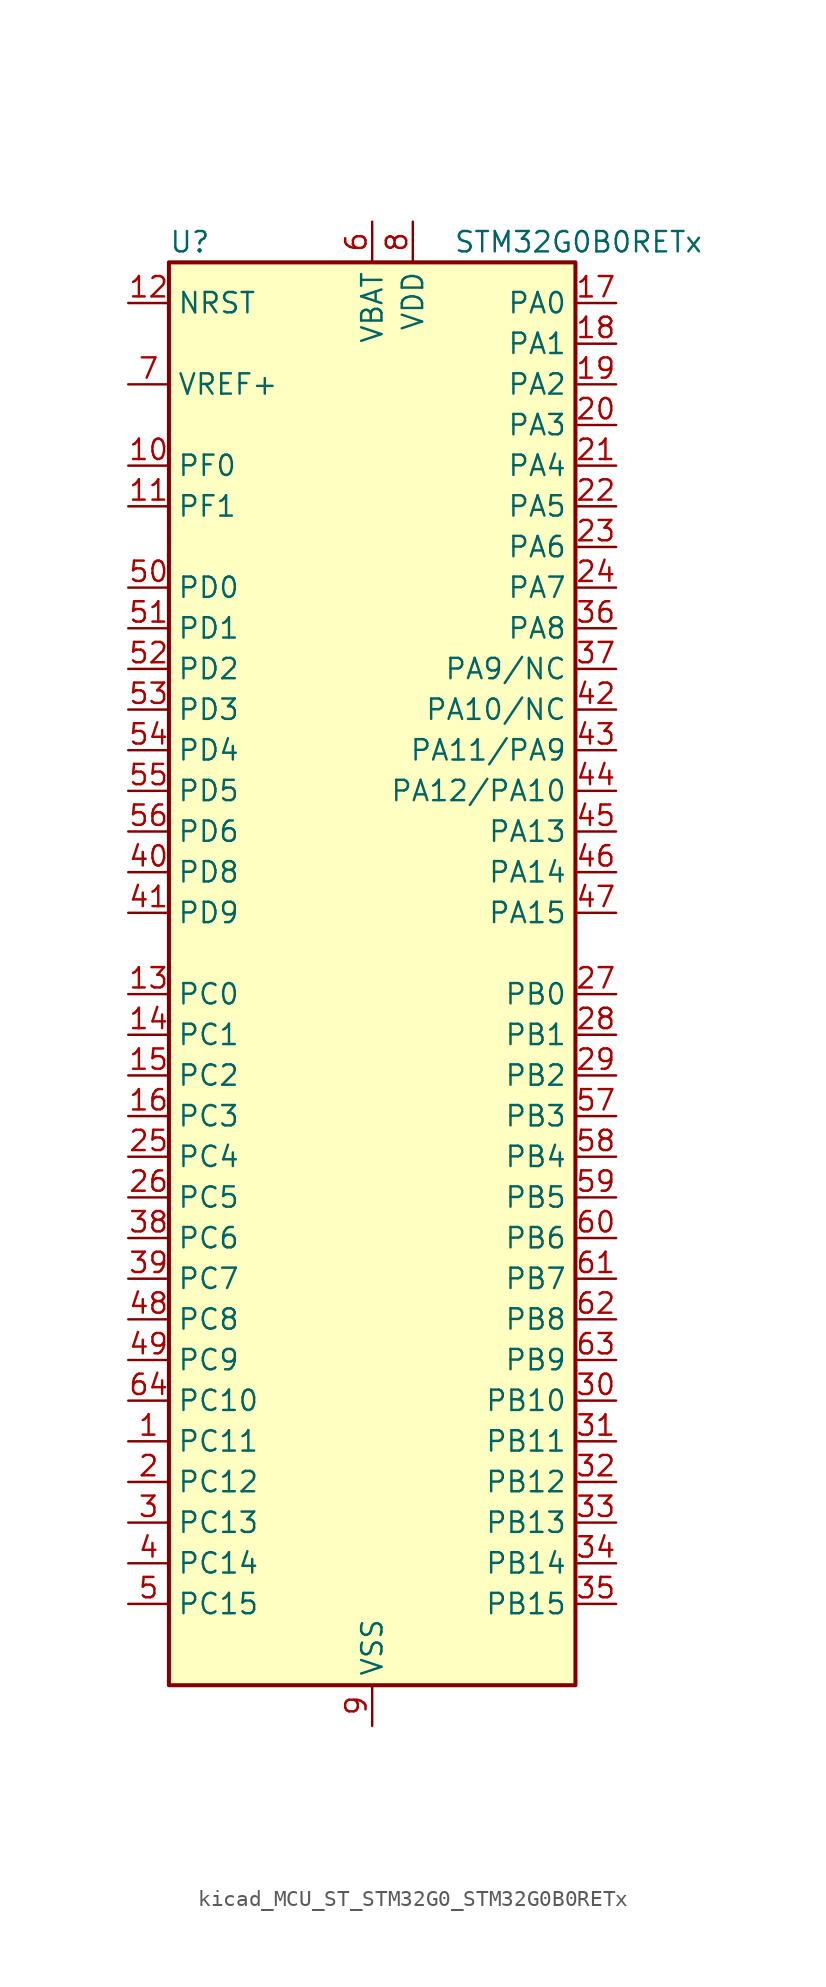
<source format=kicad_sym>
(kicad_symbol_lib
  (version 20220914)
  (generator kicad_symbol_editor)
  (symbol "kicad_MCU_ST_STM32G0_STM32G0B0RETx"
    (property "Reference" "U"
      (at -12.7 46.99 0)
      (effects (font (size 1.27 1.27)) (justify left)))
    (property "Value" "STM32G0B0RETx"
      (at 5.08 46.99 0)
      (effects (font (size 1.27 1.27)) (justify left)))
    (property "ki_locked" ""
      (at 0 0 0)
      (effects (font (size 1.27 1.27))))
    (symbol "kicad_MCU_ST_STM32G0_STM32G0B0RETx_0_1"
      (rectangle (start -12.7 -43.18) (end 12.7 45.72) (stroke (width 0.254) (type default)) (fill (type background))))
    (symbol "kicad_MCU_ST_STM32G0_STM32G0B0RETx_1_1"
      (pin bidirectional line (at -15.24 -27.94 0) (length 2.54) (name "PC11" (effects (font (size 1.27 1.27)))) (number "1" (effects (font (size 1.27 1.27)))) (alternate "ADC1_EXTI11" bidirectional line) (alternate "SPI3_MISO" bidirectional line) (alternate "TIM1_CH4" bidirectional line) (alternate "USART3_RX" bidirectional line) (alternate "USART4_RX" bidirectional line))
      (pin bidirectional line (at -15.24 33.02 0) (length 2.54) (name "PF0" (effects (font (size 1.27 1.27)))) (number "10" (effects (font (size 1.27 1.27)))) (alternate "CRS1_SYNC" bidirectional line) (alternate "RCC_OSC_IN" bidirectional line) (alternate "TIM14_CH1" bidirectional line))
      (pin bidirectional line (at -15.24 30.48 0) (length 2.54) (name "PF1" (effects (font (size 1.27 1.27)))) (number "11" (effects (font (size 1.27 1.27)))) (alternate "RCC_OSC_EN" bidirectional line) (alternate "RCC_OSC_OUT" bidirectional line) (alternate "TIM15_CH1N" bidirectional line))
      (pin input line (at -15.24 43.18 0) (length 2.54) (name "NRST" (effects (font (size 1.27 1.27)))) (number "12" (effects (font (size 1.27 1.27)))))
      (pin bidirectional line (at -15.24 0 0) (length 2.54) (name "PC0" (effects (font (size 1.27 1.27)))) (number "13" (effects (font (size 1.27 1.27)))) (alternate "I2C3_SCL" bidirectional line) (alternate "USART6_TX" bidirectional line))
      (pin bidirectional line (at -15.24 -2.54 0) (length 2.54) (name "PC1" (effects (font (size 1.27 1.27)))) (number "14" (effects (font (size 1.27 1.27)))) (alternate "I2C3_SDA" bidirectional line) (alternate "TIM15_CH1" bidirectional line) (alternate "USART6_RX" bidirectional line))
      (pin bidirectional line (at -15.24 -5.08 0) (length 2.54) (name "PC2" (effects (font (size 1.27 1.27)))) (number "15" (effects (font (size 1.27 1.27)))) (alternate "I2S2_MCK" bidirectional line) (alternate "SPI2_MISO" bidirectional line) (alternate "TIM15_CH2" bidirectional line))
      (pin bidirectional line (at -15.24 -7.62 0) (length 2.54) (name "PC3" (effects (font (size 1.27 1.27)))) (number "16" (effects (font (size 1.27 1.27)))) (alternate "I2S2_SD" bidirectional line) (alternate "SPI2_MOSI" bidirectional line))
      (pin bidirectional line (at 15.24 43.18 180) (length 2.54) (name "PA0" (effects (font (size 1.27 1.27)))) (number "17" (effects (font (size 1.27 1.27)))) (alternate "ADC1_IN0" bidirectional line) (alternate "I2S2_CK" bidirectional line) (alternate "RTC_TAMP_IN2" bidirectional line) (alternate "SPI2_SCK" bidirectional line) (alternate "SYS_WKUP1" bidirectional line) (alternate "USART2_CTS" bidirectional line) (alternate "USART2_NSS" bidirectional line) (alternate "USART4_TX" bidirectional line))
      (pin bidirectional line (at 15.24 40.64 180) (length 2.54) (name "PA1" (effects (font (size 1.27 1.27)))) (number "18" (effects (font (size 1.27 1.27)))) (alternate "ADC1_IN1" bidirectional line) (alternate "I2C1_SMBA" bidirectional line) (alternate "I2S1_CK" bidirectional line) (alternate "SPI1_SCK" bidirectional line) (alternate "TIM15_CH1N" bidirectional line) (alternate "USART2_CK" bidirectional line) (alternate "USART2_DE" bidirectional line) (alternate "USART2_RTS" bidirectional line) (alternate "USART4_RX" bidirectional line))
      (pin bidirectional line (at 15.24 38.1 180) (length 2.54) (name "PA2" (effects (font (size 1.27 1.27)))) (number "19" (effects (font (size 1.27 1.27)))) (alternate "ADC1_IN2" bidirectional line) (alternate "I2S1_SD" bidirectional line) (alternate "RCC_LSCO" bidirectional line) (alternate "SPI1_MOSI" bidirectional line) (alternate "SYS_WKUP4" bidirectional line) (alternate "TIM15_CH1" bidirectional line) (alternate "USART2_TX" bidirectional line))
      (pin bidirectional line (at -15.24 -30.48 0) (length 2.54) (name "PC12" (effects (font (size 1.27 1.27)))) (number "2" (effects (font (size 1.27 1.27)))) (alternate "SPI3_MOSI" bidirectional line) (alternate "TIM14_CH1" bidirectional line) (alternate "USART5_TX" bidirectional line))
      (pin bidirectional line (at 15.24 35.56 180) (length 2.54) (name "PA3" (effects (font (size 1.27 1.27)))) (number "20" (effects (font (size 1.27 1.27)))) (alternate "ADC1_IN3" bidirectional line) (alternate "I2S2_MCK" bidirectional line) (alternate "SPI2_MISO" bidirectional line) (alternate "TIM15_CH2" bidirectional line) (alternate "USART2_RX" bidirectional line))
      (pin bidirectional line (at 15.24 33.02 180) (length 2.54) (name "PA4" (effects (font (size 1.27 1.27)))) (number "21" (effects (font (size 1.27 1.27)))) (alternate "ADC1_IN4" bidirectional line) (alternate "I2S1_WS" bidirectional line) (alternate "I2S2_SD" bidirectional line) (alternate "RTC_OUT2" bidirectional line) (alternate "SPI1_NSS" bidirectional line) (alternate "SPI2_MOSI" bidirectional line) (alternate "SPI3_NSS" bidirectional line) (alternate "TIM14_CH1" bidirectional line) (alternate "USART6_TX" bidirectional line) (alternate "USB_NOE" bidirectional line))
      (pin bidirectional line (at 15.24 30.48 180) (length 2.54) (name "PA5" (effects (font (size 1.27 1.27)))) (number "22" (effects (font (size 1.27 1.27)))) (alternate "ADC1_IN5" bidirectional line) (alternate "I2S1_CK" bidirectional line) (alternate "SPI1_SCK" bidirectional line) (alternate "USART3_TX" bidirectional line) (alternate "USART6_RX" bidirectional line))
      (pin bidirectional line (at 15.24 27.94 180) (length 2.54) (name "PA6" (effects (font (size 1.27 1.27)))) (number "23" (effects (font (size 1.27 1.27)))) (alternate "ADC1_IN6" bidirectional line) (alternate "I2C2_SDA" bidirectional line) (alternate "I2C3_SDA" bidirectional line) (alternate "I2S1_MCK" bidirectional line) (alternate "SPI1_MISO" bidirectional line) (alternate "TIM16_CH1" bidirectional line) (alternate "TIM1_BK" bidirectional line) (alternate "TIM3_CH1" bidirectional line) (alternate "USART3_CTS" bidirectional line) (alternate "USART3_NSS" bidirectional line) (alternate "USART6_CTS" bidirectional line) (alternate "USART6_NSS" bidirectional line))
      (pin bidirectional line (at 15.24 25.4 180) (length 2.54) (name "PA7" (effects (font (size 1.27 1.27)))) (number "24" (effects (font (size 1.27 1.27)))) (alternate "ADC1_IN7" bidirectional line) (alternate "I2C2_SCL" bidirectional line) (alternate "I2C3_SCL" bidirectional line) (alternate "I2S1_SD" bidirectional line) (alternate "SPI1_MOSI" bidirectional line) (alternate "TIM14_CH1" bidirectional line) (alternate "TIM17_CH1" bidirectional line) (alternate "TIM1_CH1N" bidirectional line) (alternate "TIM3_CH2" bidirectional line) (alternate "USART6_CK" bidirectional line) (alternate "USART6_DE" bidirectional line) (alternate "USART6_RTS" bidirectional line))
      (pin bidirectional line (at -15.24 -10.16 0) (length 2.54) (name "PC4" (effects (font (size 1.27 1.27)))) (number "25" (effects (font (size 1.27 1.27)))) (alternate "ADC1_IN17" bidirectional line) (alternate "USART1_TX" bidirectional line) (alternate "USART3_TX" bidirectional line))
      (pin bidirectional line (at -15.24 -12.7 0) (length 2.54) (name "PC5" (effects (font (size 1.27 1.27)))) (number "26" (effects (font (size 1.27 1.27)))) (alternate "ADC1_IN18" bidirectional line) (alternate "SYS_WKUP5" bidirectional line) (alternate "USART1_RX" bidirectional line) (alternate "USART3_RX" bidirectional line))
      (pin bidirectional line (at 15.24 0 180) (length 2.54) (name "PB0" (effects (font (size 1.27 1.27)))) (number "27" (effects (font (size 1.27 1.27)))) (alternate "ADC1_IN8" bidirectional line) (alternate "I2S1_WS" bidirectional line) (alternate "SPI1_NSS" bidirectional line) (alternate "TIM1_CH2N" bidirectional line) (alternate "TIM3_CH3" bidirectional line) (alternate "USART3_RX" bidirectional line) (alternate "USART5_TX" bidirectional line))
      (pin bidirectional line (at 15.24 -2.54 180) (length 2.54) (name "PB1" (effects (font (size 1.27 1.27)))) (number "28" (effects (font (size 1.27 1.27)))) (alternate "ADC1_IN9" bidirectional line) (alternate "TIM14_CH1" bidirectional line) (alternate "TIM1_CH3N" bidirectional line) (alternate "TIM3_CH4" bidirectional line) (alternate "USART3_CK" bidirectional line) (alternate "USART3_DE" bidirectional line) (alternate "USART3_RTS" bidirectional line) (alternate "USART5_RX" bidirectional line))
      (pin bidirectional line (at 15.24 -5.08 180) (length 2.54) (name "PB2" (effects (font (size 1.27 1.27)))) (number "29" (effects (font (size 1.27 1.27)))) (alternate "ADC1_IN10" bidirectional line) (alternate "I2S2_MCK" bidirectional line) (alternate "RCC_MCO_2" bidirectional line) (alternate "SPI2_MISO" bidirectional line) (alternate "USART3_TX" bidirectional line))
      (pin bidirectional line (at -15.24 -33.02 0) (length 2.54) (name "PC13" (effects (font (size 1.27 1.27)))) (number "3" (effects (font (size 1.27 1.27)))) (alternate "RTC_OUT1" bidirectional line) (alternate "RTC_TAMP_IN1" bidirectional line) (alternate "RTC_TS" bidirectional line) (alternate "SYS_WKUP2" bidirectional line) (alternate "TIM1_BK" bidirectional line))
      (pin bidirectional line (at 15.24 -25.4 180) (length 2.54) (name "PB10" (effects (font (size 1.27 1.27)))) (number "30" (effects (font (size 1.27 1.27)))) (alternate "ADC1_IN11" bidirectional line) (alternate "I2C2_SCL" bidirectional line) (alternate "I2S2_CK" bidirectional line) (alternate "SPI2_SCK" bidirectional line) (alternate "USART3_TX" bidirectional line))
      (pin bidirectional line (at 15.24 -27.94 180) (length 2.54) (name "PB11" (effects (font (size 1.27 1.27)))) (number "31" (effects (font (size 1.27 1.27)))) (alternate "ADC1_EXTI11" bidirectional line) (alternate "ADC1_IN15" bidirectional line) (alternate "I2C2_SDA" bidirectional line) (alternate "I2S2_SD" bidirectional line) (alternate "SPI2_MOSI" bidirectional line) (alternate "USART3_RX" bidirectional line))
      (pin bidirectional line (at 15.24 -30.48 180) (length 2.54) (name "PB12" (effects (font (size 1.27 1.27)))) (number "32" (effects (font (size 1.27 1.27)))) (alternate "ADC1_IN16" bidirectional line) (alternate "I2C2_SMBA" bidirectional line) (alternate "I2S2_WS" bidirectional line) (alternate "SPI2_NSS" bidirectional line) (alternate "TIM15_BK" bidirectional line) (alternate "TIM1_BK" bidirectional line))
      (pin bidirectional line (at 15.24 -33.02 180) (length 2.54) (name "PB13" (effects (font (size 1.27 1.27)))) (number "33" (effects (font (size 1.27 1.27)))) (alternate "I2C2_SCL" bidirectional line) (alternate "I2S2_CK" bidirectional line) (alternate "SPI2_SCK" bidirectional line) (alternate "TIM15_CH1N" bidirectional line) (alternate "TIM1_CH1N" bidirectional line) (alternate "USART3_CTS" bidirectional line) (alternate "USART3_NSS" bidirectional line))
      (pin bidirectional line (at 15.24 -35.56 180) (length 2.54) (name "PB14" (effects (font (size 1.27 1.27)))) (number "34" (effects (font (size 1.27 1.27)))) (alternate "I2C2_SDA" bidirectional line) (alternate "I2S2_MCK" bidirectional line) (alternate "SPI2_MISO" bidirectional line) (alternate "TIM15_CH1" bidirectional line) (alternate "TIM1_CH2N" bidirectional line) (alternate "USART3_CK" bidirectional line) (alternate "USART3_DE" bidirectional line) (alternate "USART3_RTS" bidirectional line) (alternate "USART6_CK" bidirectional line) (alternate "USART6_DE" bidirectional line) (alternate "USART6_RTS" bidirectional line))
      (pin bidirectional line (at 15.24 -38.1 180) (length 2.54) (name "PB15" (effects (font (size 1.27 1.27)))) (number "35" (effects (font (size 1.27 1.27)))) (alternate "I2S2_SD" bidirectional line) (alternate "RTC_REFIN" bidirectional line) (alternate "SPI2_MOSI" bidirectional line) (alternate "TIM15_CH1N" bidirectional line) (alternate "TIM15_CH2" bidirectional line) (alternate "TIM1_CH3N" bidirectional line) (alternate "USART6_CTS" bidirectional line) (alternate "USART6_NSS" bidirectional line))
      (pin bidirectional line (at 15.24 22.86 180) (length 2.54) (name "PA8" (effects (font (size 1.27 1.27)))) (number "36" (effects (font (size 1.27 1.27)))) (alternate "CRS1_SYNC" bidirectional line) (alternate "I2C2_SMBA" bidirectional line) (alternate "I2S2_WS" bidirectional line) (alternate "RCC_MCO" bidirectional line) (alternate "SPI2_NSS" bidirectional line) (alternate "TIM1_CH1" bidirectional line))
      (pin bidirectional line (at 15.24 20.32 180) (length 2.54) (name "PA9/NC" (effects (font (size 1.27 1.27)))) (number "37" (effects (font (size 1.27 1.27)))) (alternate "I2C1_SCL" bidirectional line) (alternate "I2C2_SCL" bidirectional line) (alternate "I2S2_MCK" bidirectional line) (alternate "RCC_MCO" bidirectional line) (alternate "SPI2_MISO" bidirectional line) (alternate "TIM15_BK" bidirectional line) (alternate "TIM1_CH2" bidirectional line) (alternate "USART1_TX" bidirectional line))
      (pin bidirectional line (at -15.24 -15.24 0) (length 2.54) (name "PC6" (effects (font (size 1.27 1.27)))) (number "38" (effects (font (size 1.27 1.27)))) (alternate "TIM3_CH1" bidirectional line))
      (pin bidirectional line (at -15.24 -17.78 0) (length 2.54) (name "PC7" (effects (font (size 1.27 1.27)))) (number "39" (effects (font (size 1.27 1.27)))) (alternate "TIM3_CH2" bidirectional line))
      (pin bidirectional line (at -15.24 -35.56 0) (length 2.54) (name "PC14" (effects (font (size 1.27 1.27)))) (number "4" (effects (font (size 1.27 1.27)))) (alternate "RCC_OSC32_IN" bidirectional line) (alternate "TIM1_BK2" bidirectional line))
      (pin bidirectional line (at -15.24 7.62 0) (length 2.54) (name "PD8" (effects (font (size 1.27 1.27)))) (number "40" (effects (font (size 1.27 1.27)))) (alternate "I2S1_CK" bidirectional line) (alternate "SPI1_SCK" bidirectional line) (alternate "USART3_TX" bidirectional line))
      (pin bidirectional line (at -15.24 5.08 0) (length 2.54) (name "PD9" (effects (font (size 1.27 1.27)))) (number "41" (effects (font (size 1.27 1.27)))) (alternate "I2S1_WS" bidirectional line) (alternate "SPI1_NSS" bidirectional line) (alternate "TIM1_BK2" bidirectional line) (alternate "USART3_RX" bidirectional line))
      (pin bidirectional line (at 15.24 17.78 180) (length 2.54) (name "PA10/NC" (effects (font (size 1.27 1.27)))) (number "42" (effects (font (size 1.27 1.27)))) (alternate "I2C1_SDA" bidirectional line) (alternate "I2C2_SDA" bidirectional line) (alternate "I2S2_SD" bidirectional line) (alternate "RCC_MCO_2" bidirectional line) (alternate "SPI2_MOSI" bidirectional line) (alternate "TIM17_BK" bidirectional line) (alternate "TIM1_CH3" bidirectional line) (alternate "USART1_RX" bidirectional line))
      (pin bidirectional line (at 15.24 15.24 180) (length 2.54) (name "PA11/PA9" (effects (font (size 1.27 1.27)))) (number "43" (effects (font (size 1.27 1.27)))) (alternate "ADC1_EXTI11" bidirectional line) (alternate "I2C2_SCL" bidirectional line) (alternate "I2S1_MCK" bidirectional line) (alternate "SPI1_MISO" bidirectional line) (alternate "TIM1_BK2" bidirectional line) (alternate "TIM1_CH4" bidirectional line) (alternate "USART1_CTS" bidirectional line) (alternate "USART1_NSS" bidirectional line) (alternate "USB_DM" bidirectional line))
      (pin bidirectional line (at 15.24 12.7 180) (length 2.54) (name "PA12/PA10" (effects (font (size 1.27 1.27)))) (number "44" (effects (font (size 1.27 1.27)))) (alternate "I2C2_SDA" bidirectional line) (alternate "I2S1_SD" bidirectional line) (alternate "I2S_CKIN" bidirectional line) (alternate "SPI1_MOSI" bidirectional line) (alternate "TIM1_ETR" bidirectional line) (alternate "USART1_CK" bidirectional line) (alternate "USART1_DE" bidirectional line) (alternate "USART1_RTS" bidirectional line) (alternate "USB_DP" bidirectional line))
      (pin bidirectional line (at 15.24 10.16 180) (length 2.54) (name "PA13" (effects (font (size 1.27 1.27)))) (number "45" (effects (font (size 1.27 1.27)))) (alternate "IR_OUT" bidirectional line) (alternate "SYS_SWDIO" bidirectional line) (alternate "USB_NOE" bidirectional line))
      (pin bidirectional line (at 15.24 7.62 180) (length 2.54) (name "PA14" (effects (font (size 1.27 1.27)))) (number "46" (effects (font (size 1.27 1.27)))) (alternate "SYS_SWCLK" bidirectional line) (alternate "USART2_TX" bidirectional line))
      (pin bidirectional line (at 15.24 5.08 180) (length 2.54) (name "PA15" (effects (font (size 1.27 1.27)))) (number "47" (effects (font (size 1.27 1.27)))) (alternate "I2C2_SMBA" bidirectional line) (alternate "I2S1_WS" bidirectional line) (alternate "RCC_MCO_2" bidirectional line) (alternate "SPI1_NSS" bidirectional line) (alternate "SPI3_NSS" bidirectional line) (alternate "USART2_RX" bidirectional line) (alternate "USART3_CK" bidirectional line) (alternate "USART3_DE" bidirectional line) (alternate "USART3_RTS" bidirectional line) (alternate "USART4_CK" bidirectional line) (alternate "USART4_DE" bidirectional line) (alternate "USART4_RTS" bidirectional line) (alternate "USB_NOE" bidirectional line))
      (pin bidirectional line (at -15.24 -20.32 0) (length 2.54) (name "PC8" (effects (font (size 1.27 1.27)))) (number "48" (effects (font (size 1.27 1.27)))) (alternate "TIM1_CH1" bidirectional line) (alternate "TIM3_CH3" bidirectional line))
      (pin bidirectional line (at -15.24 -22.86 0) (length 2.54) (name "PC9" (effects (font (size 1.27 1.27)))) (number "49" (effects (font (size 1.27 1.27)))) (alternate "I2S_CKIN" bidirectional line) (alternate "TIM1_CH2" bidirectional line) (alternate "TIM3_CH4" bidirectional line) (alternate "USB_NOE" bidirectional line))
      (pin bidirectional line (at -15.24 -38.1 0) (length 2.54) (name "PC15" (effects (font (size 1.27 1.27)))) (number "5" (effects (font (size 1.27 1.27)))) (alternate "RCC_OSC32_EN" bidirectional line) (alternate "RCC_OSC32_OUT" bidirectional line) (alternate "RCC_OSC_EN" bidirectional line) (alternate "TIM15_BK" bidirectional line))
      (pin bidirectional line (at -15.24 25.4 0) (length 2.54) (name "PD0" (effects (font (size 1.27 1.27)))) (number "50" (effects (font (size 1.27 1.27)))) (alternate "I2S2_WS" bidirectional line) (alternate "SPI2_NSS" bidirectional line) (alternate "TIM16_CH1" bidirectional line))
      (pin bidirectional line (at -15.24 22.86 0) (length 2.54) (name "PD1" (effects (font (size 1.27 1.27)))) (number "51" (effects (font (size 1.27 1.27)))) (alternate "I2S2_CK" bidirectional line) (alternate "SPI2_SCK" bidirectional line) (alternate "TIM17_CH1" bidirectional line))
      (pin bidirectional line (at -15.24 20.32 0) (length 2.54) (name "PD2" (effects (font (size 1.27 1.27)))) (number "52" (effects (font (size 1.27 1.27)))) (alternate "TIM1_CH1N" bidirectional line) (alternate "TIM3_ETR" bidirectional line) (alternate "USART3_CK" bidirectional line) (alternate "USART3_DE" bidirectional line) (alternate "USART3_RTS" bidirectional line) (alternate "USART5_RX" bidirectional line))
      (pin bidirectional line (at -15.24 17.78 0) (length 2.54) (name "PD3" (effects (font (size 1.27 1.27)))) (number "53" (effects (font (size 1.27 1.27)))) (alternate "I2S2_MCK" bidirectional line) (alternate "SPI2_MISO" bidirectional line) (alternate "TIM1_CH2N" bidirectional line) (alternate "USART2_CTS" bidirectional line) (alternate "USART2_NSS" bidirectional line) (alternate "USART5_TX" bidirectional line))
      (pin bidirectional line (at -15.24 15.24 0) (length 2.54) (name "PD4" (effects (font (size 1.27 1.27)))) (number "54" (effects (font (size 1.27 1.27)))) (alternate "I2S2_SD" bidirectional line) (alternate "SPI2_MOSI" bidirectional line) (alternate "TIM1_CH3N" bidirectional line) (alternate "USART2_CK" bidirectional line) (alternate "USART2_DE" bidirectional line) (alternate "USART2_RTS" bidirectional line) (alternate "USART5_CK" bidirectional line) (alternate "USART5_DE" bidirectional line) (alternate "USART5_RTS" bidirectional line))
      (pin bidirectional line (at -15.24 12.7 0) (length 2.54) (name "PD5" (effects (font (size 1.27 1.27)))) (number "55" (effects (font (size 1.27 1.27)))) (alternate "I2S1_MCK" bidirectional line) (alternate "SPI1_MISO" bidirectional line) (alternate "TIM1_BK" bidirectional line) (alternate "USART2_TX" bidirectional line) (alternate "USART5_CTS" bidirectional line) (alternate "USART5_NSS" bidirectional line))
      (pin bidirectional line (at -15.24 10.16 0) (length 2.54) (name "PD6" (effects (font (size 1.27 1.27)))) (number "56" (effects (font (size 1.27 1.27)))) (alternate "I2S1_SD" bidirectional line) (alternate "SPI1_MOSI" bidirectional line) (alternate "USART2_RX" bidirectional line))
      (pin bidirectional line (at 15.24 -7.62 180) (length 2.54) (name "PB3" (effects (font (size 1.27 1.27)))) (number "57" (effects (font (size 1.27 1.27)))) (alternate "I2C2_SCL" bidirectional line) (alternate "I2C3_SCL" bidirectional line) (alternate "I2S1_CK" bidirectional line) (alternate "SPI1_SCK" bidirectional line) (alternate "SPI3_SCK" bidirectional line) (alternate "TIM1_CH2" bidirectional line) (alternate "USART1_CK" bidirectional line) (alternate "USART1_DE" bidirectional line) (alternate "USART1_RTS" bidirectional line) (alternate "USART5_TX" bidirectional line))
      (pin bidirectional line (at 15.24 -10.16 180) (length 2.54) (name "PB4" (effects (font (size 1.27 1.27)))) (number "58" (effects (font (size 1.27 1.27)))) (alternate "I2C2_SDA" bidirectional line) (alternate "I2C3_SDA" bidirectional line) (alternate "I2S1_MCK" bidirectional line) (alternate "SPI1_MISO" bidirectional line) (alternate "SPI3_MISO" bidirectional line) (alternate "TIM17_BK" bidirectional line) (alternate "TIM3_CH1" bidirectional line) (alternate "USART1_CTS" bidirectional line) (alternate "USART1_NSS" bidirectional line) (alternate "USART5_RX" bidirectional line))
      (pin bidirectional line (at 15.24 -12.7 180) (length 2.54) (name "PB5" (effects (font (size 1.27 1.27)))) (number "59" (effects (font (size 1.27 1.27)))) (alternate "I2C1_SMBA" bidirectional line) (alternate "I2S1_SD" bidirectional line) (alternate "SPI1_MOSI" bidirectional line) (alternate "SPI3_MOSI" bidirectional line) (alternate "SYS_WKUP6" bidirectional line) (alternate "TIM16_BK" bidirectional line) (alternate "TIM3_CH2" bidirectional line) (alternate "USART5_CK" bidirectional line) (alternate "USART5_DE" bidirectional line) (alternate "USART5_RTS" bidirectional line))
      (pin power_in line (at 0 48.26 270) (length 2.54) (name "VBAT" (effects (font (size 1.27 1.27)))) (number "6" (effects (font (size 1.27 1.27)))))
      (pin bidirectional line (at 15.24 -15.24 180) (length 2.54) (name "PB6" (effects (font (size 1.27 1.27)))) (number "60" (effects (font (size 1.27 1.27)))) (alternate "I2C1_SCL" bidirectional line) (alternate "I2S2_MCK" bidirectional line) (alternate "SPI2_MISO" bidirectional line) (alternate "TIM16_CH1N" bidirectional line) (alternate "TIM1_CH3" bidirectional line) (alternate "TIM4_CH1" bidirectional line) (alternate "USART1_TX" bidirectional line) (alternate "USART5_CTS" bidirectional line) (alternate "USART5_NSS" bidirectional line))
      (pin bidirectional line (at 15.24 -17.78 180) (length 2.54) (name "PB7" (effects (font (size 1.27 1.27)))) (number "61" (effects (font (size 1.27 1.27)))) (alternate "I2C1_SDA" bidirectional line) (alternate "I2S2_SD" bidirectional line) (alternate "SPI2_MOSI" bidirectional line) (alternate "TIM17_CH1N" bidirectional line) (alternate "TIM4_CH2" bidirectional line) (alternate "USART1_RX" bidirectional line) (alternate "USART4_CTS" bidirectional line) (alternate "USART4_NSS" bidirectional line))
      (pin bidirectional line (at 15.24 -20.32 180) (length 2.54) (name "PB8" (effects (font (size 1.27 1.27)))) (number "62" (effects (font (size 1.27 1.27)))) (alternate "I2C1_SCL" bidirectional line) (alternate "I2S2_CK" bidirectional line) (alternate "SPI2_SCK" bidirectional line) (alternate "TIM15_BK" bidirectional line) (alternate "TIM16_CH1" bidirectional line) (alternate "TIM4_CH3" bidirectional line) (alternate "USART3_TX" bidirectional line) (alternate "USART6_TX" bidirectional line))
      (pin bidirectional line (at 15.24 -22.86 180) (length 2.54) (name "PB9" (effects (font (size 1.27 1.27)))) (number "63" (effects (font (size 1.27 1.27)))) (alternate "I2C1_SDA" bidirectional line) (alternate "I2S2_WS" bidirectional line) (alternate "IR_OUT" bidirectional line) (alternate "SPI2_NSS" bidirectional line) (alternate "TIM17_CH1" bidirectional line) (alternate "TIM4_CH4" bidirectional line) (alternate "USART3_RX" bidirectional line) (alternate "USART6_RX" bidirectional line))
      (pin bidirectional line (at -15.24 -25.4 0) (length 2.54) (name "PC10" (effects (font (size 1.27 1.27)))) (number "64" (effects (font (size 1.27 1.27)))) (alternate "SPI3_SCK" bidirectional line) (alternate "TIM1_CH3" bidirectional line) (alternate "USART3_TX" bidirectional line) (alternate "USART4_TX" bidirectional line))
      (pin input line (at -15.24 38.1 0) (length 2.54) (name "VREF+" (effects (font (size 1.27 1.27)))) (number "7" (effects (font (size 1.27 1.27)))))
      (pin power_in line (at 2.54 48.26 270) (length 2.54) (name "VDD" (effects (font (size 1.27 1.27)))) (number "8" (effects (font (size 1.27 1.27)))))
      (pin power_in line (at 0 -45.72 90) (length 2.54) (name "VSS" (effects (font (size 1.27 1.27)))) (number "9" (effects (font (size 1.27 1.27))))))))
</source>
